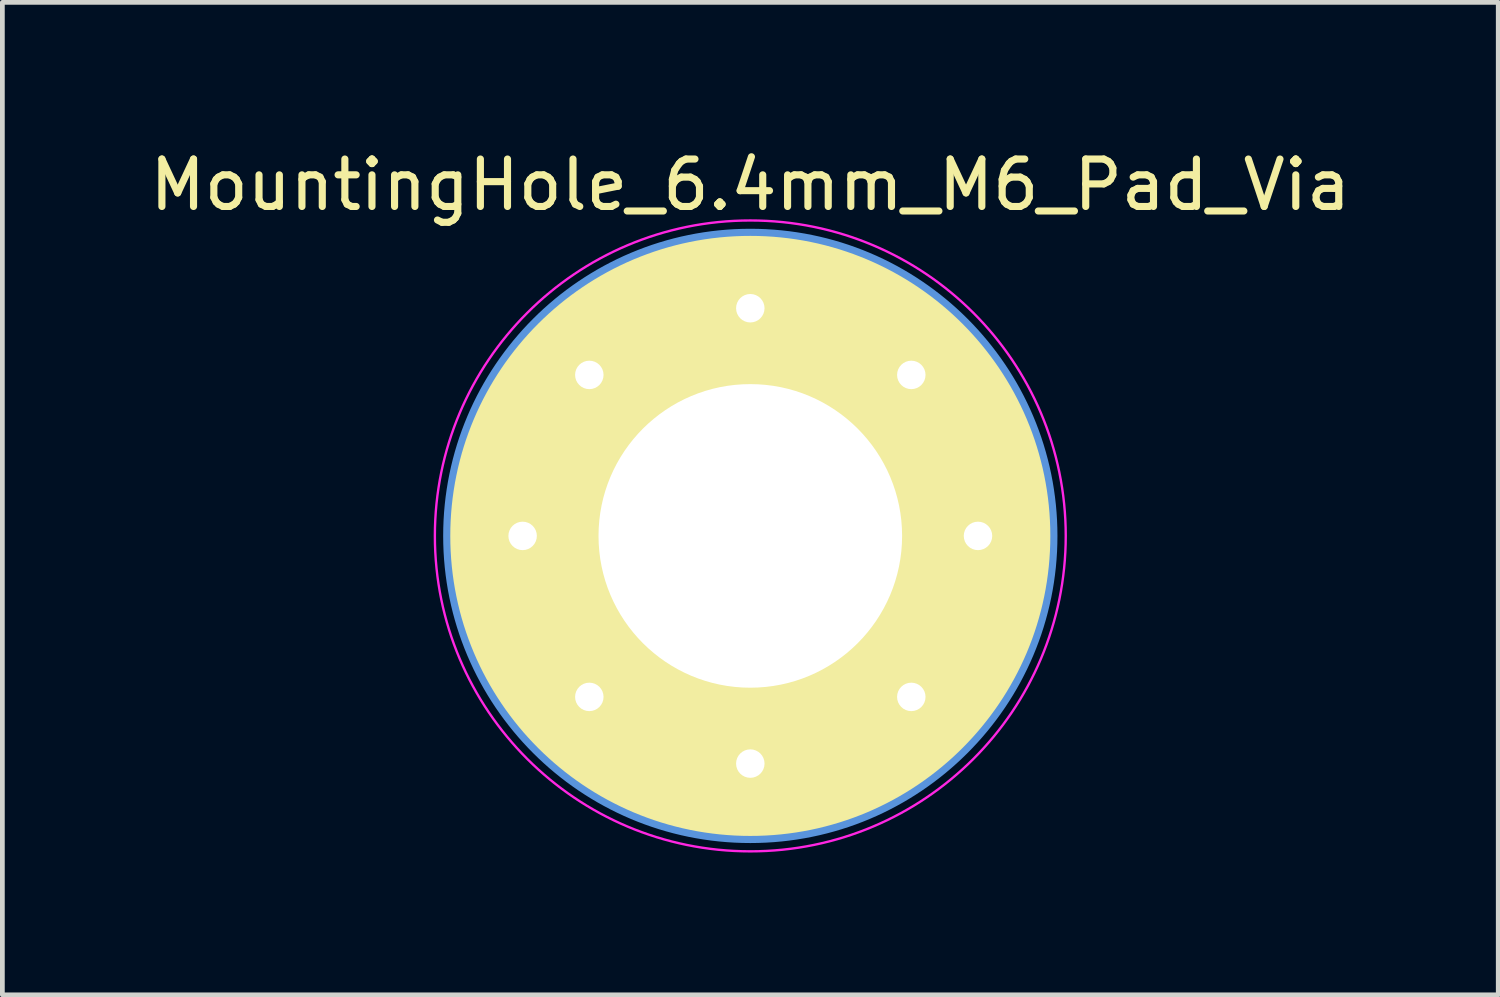
<source format=kicad_pcb>
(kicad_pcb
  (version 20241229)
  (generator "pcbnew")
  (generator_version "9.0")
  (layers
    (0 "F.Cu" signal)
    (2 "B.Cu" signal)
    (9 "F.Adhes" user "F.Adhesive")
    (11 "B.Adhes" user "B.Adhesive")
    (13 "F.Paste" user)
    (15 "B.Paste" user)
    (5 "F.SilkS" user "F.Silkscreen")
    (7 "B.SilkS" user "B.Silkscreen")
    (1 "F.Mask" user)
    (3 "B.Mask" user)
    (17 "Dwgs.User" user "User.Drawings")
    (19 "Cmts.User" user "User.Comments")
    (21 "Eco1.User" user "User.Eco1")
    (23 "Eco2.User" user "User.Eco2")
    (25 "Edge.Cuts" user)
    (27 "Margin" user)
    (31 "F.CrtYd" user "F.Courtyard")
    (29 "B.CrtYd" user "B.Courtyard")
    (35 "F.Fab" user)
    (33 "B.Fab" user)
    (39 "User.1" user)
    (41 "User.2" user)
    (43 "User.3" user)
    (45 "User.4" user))
  (footprint "MountingHole_6.4mm_M6_Pad_Via"
    (layer "F.Cu")
    (at 12.768 8.248)
    (property "Reference" "MountingHole_6.4mm_M6_Pad_Via" (at 0 -7.4 0) (layer "F.SilkS") (effects (font (size 1 1) (thickness 0.15))))
    (attr through_hole)
    (fp_circle (center 0 0) (end 6.4 0) (stroke (width 0.15) (type solid)) (fill no) (layer "Cmts.User"))
    (fp_circle (center 0 0) (end 6.65 0) (stroke (width 0.05) (type solid)) (fill no) (layer "F.CrtYd"))
    (pad "" thru_hole circle (at -4.8 0) (size 0.7 0.7) (drill 0.6) (layers "*.Cu" "*.Mask"))
    (pad "" thru_hole circle (at -3.394 -3.394) (size 0.7 0.7) (drill 0.6) (layers "*.Cu" "*.Mask"))
    (pad "" thru_hole circle (at -3.394 3.394) (size 0.7 0.7) (drill 0.6) (layers "*.Cu" "*.Mask"))
    (pad "" thru_hole circle (at 0 -4.8) (size 0.7 0.7) (drill 0.6) (layers "*.Cu" "*.Mask"))
    (pad "" thru_hole circle (at 0 4.8) (size 0.7 0.7) (drill 0.6) (layers "*.Cu" "*.Mask"))
    (pad "" thru_hole circle (at 3.394 -3.394) (size 0.7 0.7) (drill 0.6) (layers "*.Cu" "*.Mask"))
    (pad "" thru_hole circle (at 3.394 3.394) (size 0.7 0.7) (drill 0.6) (layers "*.Cu" "*.Mask"))
    (pad "" thru_hole circle (at 4.8 0) (size 0.7 0.7) (drill 0.6) (layers "*.Cu" "*.Mask"))
    (pad "1" thru_hole circle (at 0 0) (size 12.8 12.8) (drill 6.4) (layers "*.Cu" "*.Mask" "F.SilkS")))
  (gr_rect
    (start -3 -3)
    (end 28.536 17.923)
    (stroke (width 0.1) (type default))
    (fill no)
    (layer "Edge.Cuts")))
</source>
